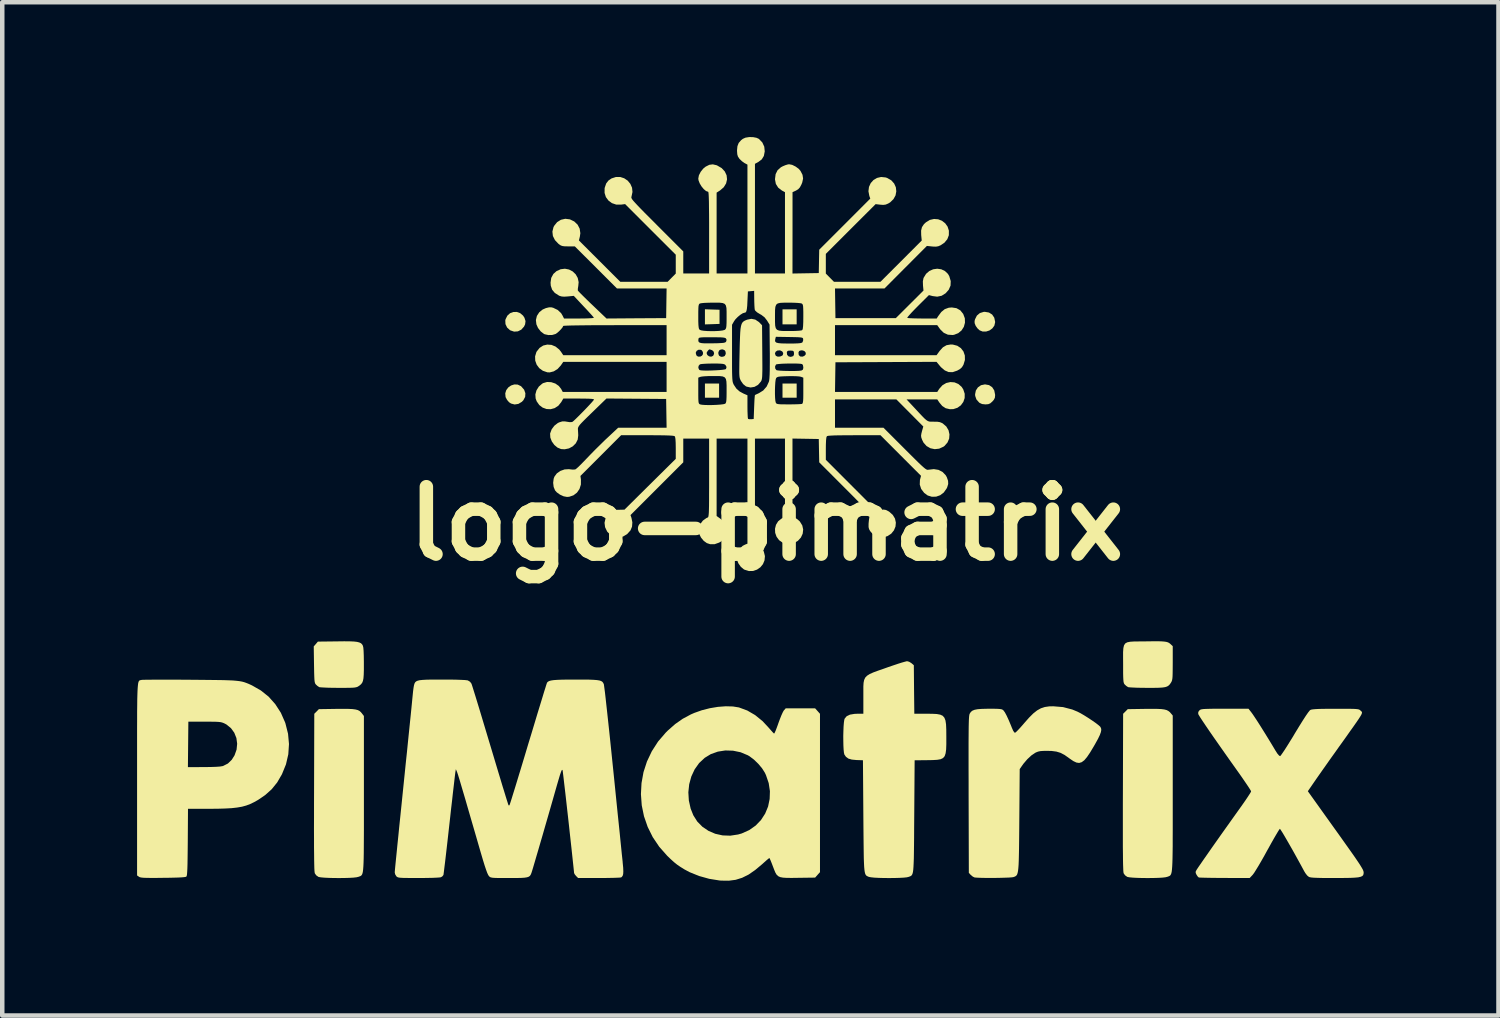
<source format=kicad_pcb>
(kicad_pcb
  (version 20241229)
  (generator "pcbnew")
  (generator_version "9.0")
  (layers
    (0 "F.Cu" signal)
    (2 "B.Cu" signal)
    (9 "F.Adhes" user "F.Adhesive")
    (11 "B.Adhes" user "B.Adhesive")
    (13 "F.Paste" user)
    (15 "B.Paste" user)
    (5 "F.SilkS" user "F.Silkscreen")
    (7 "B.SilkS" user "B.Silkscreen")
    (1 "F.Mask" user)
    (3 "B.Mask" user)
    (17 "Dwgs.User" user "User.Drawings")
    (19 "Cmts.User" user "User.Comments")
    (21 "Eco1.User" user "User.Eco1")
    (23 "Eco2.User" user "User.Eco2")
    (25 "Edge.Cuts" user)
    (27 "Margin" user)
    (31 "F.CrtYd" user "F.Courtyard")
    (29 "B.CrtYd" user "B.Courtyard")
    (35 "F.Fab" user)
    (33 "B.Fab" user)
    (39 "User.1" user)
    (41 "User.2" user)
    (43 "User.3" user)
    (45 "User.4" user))
  (footprint "logo-pimatrix"
    (layer "F.Cu")
    (at 14.008 8.601)
    (property "Reference" "logo-pimatrix" (at 0 0 0) (layer "F.SilkS") (effects (font (size 1.5 1.5) (thickness 0.3))))
    (attr board_only exclude_from_pos_files exclude_from_bom)
    (fp_poly (pts (xy -1.211 -4.764) (xy -1.048 -4.759) (xy -1.048 -4.601) (xy -1.048 -4.444) (xy -1.211 -4.438) (xy -1.373 -4.433) (xy -1.373 -4.601) (xy -1.373 -4.77)) (stroke (width 0) (type solid)) (fill yes) (layer "F.SilkS"))
    (fp_poly (pts (xy -1.058 -2.959) (xy -1.058 -2.802) (xy -1.215 -2.802) (xy -1.373 -2.802) (xy -1.373 -2.959) (xy -1.373 -3.117) (xy -1.215 -3.117) (xy -1.058 -3.117)) (stroke (width 0) (type solid)) (fill yes) (layer "F.SilkS"))
    (fp_poly (pts (xy 0.668 -4.601) (xy 0.668 -4.434) (xy 0.51 -4.434) (xy 0.353 -4.434) (xy 0.353 -4.601) (xy 0.353 -4.768) (xy 0.51 -4.768) (xy 0.668 -4.768)) (stroke (width 0) (type solid)) (fill yes) (layer "F.SilkS"))
    (fp_poly (pts (xy 0.668 -2.959) (xy 0.668 -2.802) (xy 0.51 -2.802) (xy 0.353 -2.802) (xy 0.353 -2.959) (xy 0.353 -3.117) (xy 0.51 -3.117) (xy 0.668 -3.117)) (stroke (width 0) (type solid)) (fill yes) (layer "F.SilkS"))
    (fp_poly (pts (xy -5.485 -4.684) (xy -5.42 -4.629) (xy -5.389 -4.582) (xy -5.365 -4.507) (xy -5.374 -4.435) (xy -5.398 -4.384) (xy -5.459 -4.316) (xy -5.535 -4.278) (xy -5.619 -4.272) (xy -5.704 -4.301) (xy -5.711 -4.305) (xy -5.775 -4.363) (xy -5.811 -4.439) (xy -5.815 -4.521) (xy -5.809 -4.548) (xy -5.769 -4.628) (xy -5.709 -4.682) (xy -5.636 -4.709) (xy -5.559 -4.71)) (stroke (width 0) (type solid)) (fill yes) (layer "F.SilkS"))
    (fp_poly (pts (xy -5.54 -3.094) (xy -5.468 -3.06) (xy -5.459 -3.052) (xy -5.396 -2.98) (xy -5.368 -2.901) (xy -5.373 -2.821) (xy -5.413 -2.745) (xy -5.447 -2.71) (xy -5.524 -2.664) (xy -5.607 -2.651) (xy -5.687 -2.672) (xy -5.731 -2.701) (xy -5.775 -2.752) (xy -5.807 -2.812) (xy -5.809 -2.818) (xy -5.816 -2.898) (xy -5.794 -2.97) (xy -5.748 -3.031) (xy -5.686 -3.074) (xy -5.614 -3.097)) (stroke (width 0) (type solid)) (fill yes) (layer "F.SilkS"))
    (fp_poly (pts (xy 4.947 -4.697) (xy 5.018 -4.652) (xy 5.065 -4.582) (xy 5.084 -4.49) (xy 5.084 -4.481) (xy 5.067 -4.406) (xy 5.022 -4.344) (xy 4.958 -4.298) (xy 4.883 -4.274) (xy 4.804 -4.275) (xy 4.739 -4.301) (xy 4.693 -4.343) (xy 4.654 -4.397) (xy 4.649 -4.407) (xy 4.628 -4.461) (xy 4.627 -4.508) (xy 4.637 -4.547) (xy 4.678 -4.629) (xy 4.744 -4.685) (xy 4.828 -4.711) (xy 4.854 -4.713)) (stroke (width 0) (type solid)) (fill yes) (layer "F.SilkS"))
    (fp_poly (pts (xy 4.949 -3.082) (xy 5.018 -3.036) (xy 5.064 -2.965) (xy 5.083 -2.872) (xy 5.084 -2.856) (xy 5.078 -2.8) (xy 5.055 -2.755) (xy 5.021 -2.716) (xy 4.975 -2.676) (xy 4.931 -2.658) (xy 4.871 -2.653) (xy 4.868 -2.653) (xy 4.794 -2.661) (xy 4.74 -2.686) (xy 4.728 -2.695) (xy 4.668 -2.763) (xy 4.641 -2.84) (xy 4.638 -2.876) (xy 4.655 -2.962) (xy 4.701 -3.032) (xy 4.77 -3.08) (xy 4.856 -3.098) (xy 4.861 -3.098)) (stroke (width 0) (type solid)) (fill yes) (layer "F.SilkS"))
    (fp_poly (pts (xy -0.253 -4.54) (xy -0.172 -4.486) (xy -0.157 -4.471) (xy -0.102 -4.413) (xy -0.097 -3.816) (xy -0.096 -3.651) (xy -0.095 -3.519) (xy -0.095 -3.415) (xy -0.097 -3.336) (xy -0.099 -3.278) (xy -0.103 -3.236) (xy -0.109 -3.205) (xy -0.116 -3.183) (xy -0.126 -3.165) (xy -0.129 -3.16) (xy -0.192 -3.087) (xy -0.271 -3.043) (xy -0.358 -3.029) (xy -0.445 -3.048) (xy -0.464 -3.057) (xy -0.523 -3.105) (xy -0.571 -3.174) (xy -0.583 -3.198) (xy -0.593 -3.221) (xy -0.6 -3.247) (xy -0.605 -3.282) (xy -0.608 -3.328) (xy -0.609 -3.392) (xy -0.608 -3.477) (xy -0.607 -3.587) (xy -0.604 -3.728) (xy -0.602 -3.822) (xy -0.598 -3.996) (xy -0.593 -4.136) (xy -0.588 -4.247) (xy -0.581 -4.333) (xy -0.57 -4.397) (xy -0.556 -4.444) (xy -0.537 -4.477) (xy -0.512 -4.501) (xy -0.481 -4.519) (xy -0.442 -4.535) (xy -0.435 -4.538) (xy -0.34 -4.557)) (stroke (width 0) (type solid)) (fill yes) (layer "F.SilkS"))
    (fp_poly (pts (xy -9.279 2.619) (xy -9.184 2.623) (xy -9.114 2.631) (xy -9.063 2.644) (xy -9.027 2.661) (xy -9.002 2.685) (xy -8.984 2.716) (xy -8.983 2.72) (xy -8.974 2.758) (xy -8.968 2.831) (xy -8.964 2.936) (xy -8.962 3.071) (xy -8.962 3.123) (xy -8.962 3.258) (xy -8.965 3.363) (xy -8.971 3.441) (xy -8.982 3.498) (xy -8.999 3.54) (xy -9.024 3.573) (xy -9.057 3.601) (xy -9.085 3.62) (xy -9.106 3.632) (xy -9.131 3.64) (xy -9.167 3.647) (xy -9.218 3.651) (xy -9.29 3.653) (xy -9.389 3.654) (xy -9.518 3.654) (xy -9.527 3.654) (xy -9.646 3.653) (xy -9.754 3.651) (xy -9.844 3.647) (xy -9.912 3.643) (xy -9.95 3.639) (xy -9.954 3.638) (xy -9.994 3.612) (xy -10.028 3.581) (xy -10.041 3.565) (xy -10.05 3.545) (xy -10.057 3.514) (xy -10.062 3.469) (xy -10.065 3.405) (xy -10.068 3.315) (xy -10.07 3.195) (xy -10.071 3.136) (xy -10.077 2.732) (xy -10.031 2.679) (xy -9.985 2.625) (xy -9.557 2.62) (xy -9.401 2.618)) (stroke (width 0) (type solid)) (fill yes) (layer "F.SilkS"))
    (fp_poly (pts (xy 8.777 2.619) (xy 8.844 2.624) (xy 8.893 2.631) (xy 8.93 2.642) (xy 8.958 2.657) (xy 8.983 2.677) (xy 8.987 2.681) (xy 9.036 2.726) (xy 9.036 3.1) (xy 9.035 3.228) (xy 9.034 3.325) (xy 9.032 3.396) (xy 9.028 3.446) (xy 9.021 3.483) (xy 9.012 3.51) (xy 8.999 3.534) (xy 8.997 3.537) (xy 8.972 3.574) (xy 8.945 3.602) (xy 8.912 3.623) (xy 8.867 3.638) (xy 8.805 3.647) (xy 8.722 3.652) (xy 8.611 3.654) (xy 8.468 3.654) (xy 8.466 3.654) (xy 8.348 3.653) (xy 8.241 3.651) (xy 8.151 3.647) (xy 8.084 3.643) (xy 8.047 3.639) (xy 8.043 3.638) (xy 8.003 3.612) (xy 7.969 3.581) (xy 7.957 3.566) (xy 7.948 3.546) (xy 7.941 3.518) (xy 7.937 3.475) (xy 7.934 3.414) (xy 7.932 3.328) (xy 7.932 3.214) (xy 7.932 3.125) (xy 7.931 2.976) (xy 7.931 2.86) (xy 7.937 2.772) (xy 7.951 2.71) (xy 7.978 2.667) (xy 8.023 2.641) (xy 8.088 2.628) (xy 8.178 2.622) (xy 8.297 2.621) (xy 8.419 2.62) (xy 8.569 2.618) (xy 8.687 2.617)) (stroke (width 0) (type solid)) (fill yes) (layer "F.SilkS"))
    (fp_poly (pts (xy -9.309 4.122) (xy -9.218 4.126) (xy -9.149 4.135) (xy -9.098 4.148) (xy -9.059 4.168) (xy -9.029 4.194) (xy -9.008 4.219) (xy -8.961 4.28) (xy -8.961 6.014) (xy -8.961 6.312) (xy -8.961 6.575) (xy -8.961 6.806) (xy -8.962 7.006) (xy -8.963 7.179) (xy -8.964 7.325) (xy -8.966 7.447) (xy -8.969 7.548) (xy -8.973 7.629) (xy -8.978 7.693) (xy -8.984 7.743) (xy -8.992 7.779) (xy -9.002 7.806) (xy -9.013 7.823) (xy -9.026 7.835) (xy -9.042 7.844) (xy -9.059 7.85) (xy -9.079 7.857) (xy -9.084 7.859) (xy -9.127 7.869) (xy -9.199 7.877) (xy -9.293 7.882) (xy -9.403 7.885) (xy -9.52 7.886) (xy -9.638 7.885) (xy -9.749 7.882) (xy -9.847 7.877) (xy -9.922 7.87) (xy -9.97 7.861) (xy -9.974 7.859) (xy -10.022 7.825) (xy -10.053 7.781) (xy -10.057 7.762) (xy -10.061 7.724) (xy -10.064 7.666) (xy -10.066 7.585) (xy -10.068 7.48) (xy -10.069 7.35) (xy -10.071 7.193) (xy -10.071 7.007) (xy -10.072 6.79) (xy -10.071 6.54) (xy -10.071 6.257) (xy -10.07 5.979) (xy -10.065 4.231) (xy -10.014 4.18) (xy -9.963 4.128) (xy -9.578 4.122) (xy -9.427 4.121)) (stroke (width 0) (type solid)) (fill yes) (layer "F.SilkS"))
    (fp_poly (pts (xy 8.688 4.122) (xy 8.779 4.126) (xy 8.848 4.135) (xy 8.899 4.148) (xy 8.938 4.168) (xy 8.97 4.193) (xy 8.988 4.213) (xy 9.036 4.27) (xy 9.036 6.009) (xy 9.036 6.307) (xy 9.036 6.571) (xy 9.036 6.802) (xy 9.035 7.003) (xy 9.035 7.176) (xy 9.033 7.322) (xy 9.031 7.445) (xy 9.028 7.546) (xy 9.024 7.628) (xy 9.019 7.692) (xy 9.013 7.742) (xy 9.005 7.779) (xy 8.995 7.805) (xy 8.984 7.823) (xy 8.971 7.835) (xy 8.956 7.843) (xy 8.939 7.85) (xy 8.919 7.857) (xy 8.913 7.859) (xy 8.871 7.869) (xy 8.798 7.877) (xy 8.704 7.882) (xy 8.594 7.885) (xy 8.477 7.886) (xy 8.359 7.885) (xy 8.248 7.882) (xy 8.15 7.877) (xy 8.075 7.87) (xy 8.028 7.861) (xy 8.023 7.859) (xy 7.975 7.825) (xy 7.944 7.781) (xy 7.94 7.762) (xy 7.936 7.724) (xy 7.934 7.666) (xy 7.931 7.585) (xy 7.929 7.48) (xy 7.928 7.35) (xy 7.926 7.193) (xy 7.926 7.007) (xy 7.926 6.79) (xy 7.926 6.54) (xy 7.926 6.257) (xy 7.927 5.979) (xy 7.932 4.231) (xy 7.983 4.18) (xy 8.035 4.128) (xy 8.419 4.122) (xy 8.57 4.121)) (stroke (width 0) (type solid)) (fill yes) (layer "F.SilkS"))
    (fp_poly (pts (xy 3.17 3.073) (xy 3.218 3.102) (xy 3.223 3.106) (xy 3.275 3.151) (xy 3.28 3.691) (xy 3.286 4.23) (xy 3.556 4.23) (xy 3.684 4.231) (xy 3.785 4.236) (xy 3.862 4.25) (xy 3.917 4.275) (xy 3.955 4.318) (xy 3.979 4.38) (xy 3.992 4.467) (xy 3.997 4.582) (xy 3.998 4.73) (xy 3.998 4.76) (xy 3.998 4.909) (xy 3.994 5.024) (xy 3.982 5.111) (xy 3.961 5.174) (xy 3.925 5.216) (xy 3.871 5.242) (xy 3.796 5.255) (xy 3.697 5.261) (xy 3.572 5.263) (xy 3.293 5.266) (xy 3.284 6.517) (xy 3.282 6.768) (xy 3.281 6.984) (xy 3.279 7.168) (xy 3.277 7.323) (xy 3.275 7.452) (xy 3.271 7.556) (xy 3.267 7.64) (xy 3.262 7.704) (xy 3.255 7.753) (xy 3.246 7.788) (xy 3.235 7.813) (xy 3.222 7.83) (xy 3.207 7.841) (xy 3.189 7.849) (xy 3.167 7.857) (xy 3.159 7.86) (xy 3.117 7.87) (xy 3.045 7.877) (xy 2.95 7.882) (xy 2.841 7.885) (xy 2.723 7.886) (xy 2.606 7.885) (xy 2.494 7.882) (xy 2.397 7.877) (xy 2.321 7.869) (xy 2.274 7.86) (xy 2.27 7.858) (xy 2.249 7.849) (xy 2.231 7.84) (xy 2.216 7.829) (xy 2.203 7.812) (xy 2.192 7.787) (xy 2.183 7.751) (xy 2.176 7.702) (xy 2.17 7.637) (xy 2.166 7.553) (xy 2.162 7.449) (xy 2.16 7.32) (xy 2.158 7.165) (xy 2.156 6.981) (xy 2.154 6.765) (xy 2.152 6.515) (xy 2.152 6.506) (xy 2.143 5.265) (xy 1.997 5.26) (xy 1.894 5.25) (xy 1.819 5.228) (xy 1.766 5.19) (xy 1.73 5.138) (xy 1.72 5.098) (xy 1.713 5.03) (xy 1.708 4.939) (xy 1.706 4.835) (xy 1.705 4.723) (xy 1.708 4.613) (xy 1.712 4.511) (xy 1.719 4.426) (xy 1.728 4.364) (xy 1.736 4.339) (xy 1.781 4.285) (xy 1.854 4.25) (xy 1.955 4.233) (xy 2.022 4.23) (xy 2.152 4.23) (xy 2.152 3.852) (xy 2.152 3.724) (xy 2.152 3.622) (xy 2.157 3.54) (xy 2.17 3.477) (xy 2.194 3.426) (xy 2.233 3.385) (xy 2.291 3.348) (xy 2.37 3.312) (xy 2.475 3.273) (xy 2.608 3.227) (xy 2.703 3.193) (xy 2.817 3.154) (xy 2.921 3.119) (xy 3.01 3.091) (xy 3.078 3.072) (xy 3.118 3.062) (xy 3.124 3.061)) (stroke (width 0) (type solid)) (fill yes) (layer "F.SilkS"))
    (fp_poly (pts (xy 6.595 4.082) (xy 6.801 4.136) (xy 6.917 4.184) (xy 6.985 4.219) (xy 7.067 4.267) (xy 7.156 4.323) (xy 7.242 4.38) (xy 7.321 4.435) (xy 7.382 4.482) (xy 7.42 4.516) (xy 7.422 4.518) (xy 7.44 4.55) (xy 7.446 4.589) (xy 7.437 4.639) (xy 7.413 4.705) (xy 7.371 4.792) (xy 7.31 4.902) (xy 7.279 4.956) (xy 7.198 5.091) (xy 7.129 5.193) (xy 7.068 5.265) (xy 7.01 5.308) (xy 6.953 5.325) (xy 6.893 5.316) (xy 6.825 5.284) (xy 6.747 5.231) (xy 6.729 5.218) (xy 6.629 5.147) (xy 6.539 5.1) (xy 6.447 5.072) (xy 6.34 5.058) (xy 6.243 5.056) (xy 6.152 5.057) (xy 6.087 5.062) (xy 6.038 5.073) (xy 5.995 5.09) (xy 5.977 5.099) (xy 5.89 5.158) (xy 5.799 5.243) (xy 5.713 5.344) (xy 5.687 5.381) (xy 5.631 5.461) (xy 5.622 6.594) (xy 5.62 6.838) (xy 5.618 7.046) (xy 5.616 7.224) (xy 5.613 7.372) (xy 5.61 7.494) (xy 5.606 7.593) (xy 5.6 7.67) (xy 5.593 7.73) (xy 5.584 7.774) (xy 5.573 7.806) (xy 5.559 7.828) (xy 5.543 7.842) (xy 5.523 7.853) (xy 5.501 7.861) (xy 5.49 7.865) (xy 5.456 7.87) (xy 5.392 7.875) (xy 5.305 7.878) (xy 5.202 7.881) (xy 5.09 7.883) (xy 4.976 7.883) (xy 4.867 7.883) (xy 4.769 7.881) (xy 4.69 7.878) (xy 4.637 7.874) (xy 4.627 7.873) (xy 4.587 7.854) (xy 4.545 7.819) (xy 4.543 7.818) (xy 4.499 7.771) (xy 4.494 6.028) (xy 4.494 5.732) (xy 4.493 5.471) (xy 4.493 5.242) (xy 4.493 5.044) (xy 4.493 4.874) (xy 4.494 4.729) (xy 4.495 4.609) (xy 4.496 4.51) (xy 4.498 4.43) (xy 4.5 4.367) (xy 4.503 4.318) (xy 4.506 4.282) (xy 4.51 4.257) (xy 4.514 4.239) (xy 4.519 4.228) (xy 4.544 4.19) (xy 4.578 4.162) (xy 4.627 4.142) (xy 4.695 4.129) (xy 4.789 4.122) (xy 4.912 4.119) (xy 4.953 4.119) (xy 5.062 4.119) (xy 5.14 4.121) (xy 5.193 4.125) (xy 5.228 4.131) (xy 5.251 4.141) (xy 5.269 4.155) (xy 5.269 4.156) (xy 5.301 4.199) (xy 5.341 4.274) (xy 5.388 4.376) (xy 5.44 4.5) (xy 5.456 4.541) (xy 5.488 4.613) (xy 5.515 4.649) (xy 5.528 4.653) (xy 5.549 4.637) (xy 5.589 4.598) (xy 5.642 4.541) (xy 5.704 4.471) (xy 5.732 4.438) (xy 5.839 4.317) (xy 5.932 4.224) (xy 6.018 4.156) (xy 6.102 4.109) (xy 6.19 4.08) (xy 6.288 4.066) (xy 6.378 4.064)) (stroke (width 0) (type solid)) (fill yes) (layer "F.SilkS"))
    (fp_poly (pts (xy -0.751 4.068) (xy -0.615 4.09) (xy -0.613 4.091) (xy -0.431 4.158) (xy -0.256 4.26) (xy -0.09 4.395) (xy 0.042 4.537) (xy 0.092 4.594) (xy 0.133 4.64) (xy 0.16 4.667) (xy 0.166 4.672) (xy 0.177 4.657) (xy 0.197 4.614) (xy 0.223 4.547) (xy 0.253 4.465) (xy 0.261 4.441) (xy 0.295 4.349) (xy 0.328 4.266) (xy 0.358 4.2) (xy 0.38 4.16) (xy 0.383 4.157) (xy 0.424 4.11) (xy 0.751 4.11) (xy 1.079 4.11) (xy 1.133 4.17) (xy 1.187 4.231) (xy 1.187 5.993) (xy 1.187 7.755) (xy 1.133 7.815) (xy 1.079 7.876) (xy 0.702 7.881) (xy 0.559 7.883) (xy 0.448 7.882) (xy 0.365 7.877) (xy 0.302 7.865) (xy 0.257 7.844) (xy 0.222 7.811) (xy 0.194 7.764) (xy 0.168 7.701) (xy 0.14 7.628) (xy 0.111 7.552) (xy 0.086 7.49) (xy 0.068 7.451) (xy 0.061 7.44) (xy 0.044 7.452) (xy 0.006 7.483) (xy -0.047 7.53) (xy -0.099 7.577) (xy -0.256 7.708) (xy -0.402 7.809) (xy -0.545 7.88) (xy -0.689 7.925) (xy -0.841 7.945) (xy -1.007 7.943) (xy -1.048 7.94) (xy -1.278 7.903) (xy -1.504 7.84) (xy -1.716 7.754) (xy -1.83 7.693) (xy -1.917 7.639) (xy -1.99 7.589) (xy -2.06 7.533) (xy -2.135 7.465) (xy -2.213 7.39) (xy -2.389 7.191) (xy -2.534 6.976) (xy -2.647 6.748) (xy -2.729 6.511) (xy -2.779 6.268) (xy -2.797 6.021) (xy -2.795 5.978) (xy -1.742 5.978) (xy -1.731 6.16) (xy -1.691 6.34) (xy -1.631 6.49) (xy -1.543 6.629) (xy -1.429 6.745) (xy -1.294 6.836) (xy -1.143 6.901) (xy -0.98 6.937) (xy -0.809 6.943) (xy -0.636 6.917) (xy -0.555 6.894) (xy -0.388 6.819) (xy -0.244 6.718) (xy -0.125 6.594) (xy -0.033 6.452) (xy 0.032 6.295) (xy 0.067 6.127) (xy 0.073 5.952) (xy 0.046 5.774) (xy -0.015 5.595) (xy -0.041 5.54) (xy -0.102 5.444) (xy -0.186 5.344) (xy -0.282 5.251) (xy -0.38 5.177) (xy -0.419 5.154) (xy -0.579 5.087) (xy -0.748 5.052) (xy -0.92 5.047) (xy -1.086 5.073) (xy -1.243 5.129) (xy -1.376 5.21) (xy -1.502 5.327) (xy -1.602 5.468) (xy -1.676 5.627) (xy -1.723 5.799) (xy -1.742 5.978) (xy -2.795 5.978) (xy -2.784 5.774) (xy -2.74 5.53) (xy -2.663 5.293) (xy -2.555 5.065) (xy -2.416 4.849) (xy -2.245 4.65) (xy -2.2 4.605) (xy -2.034 4.459) (xy -1.867 4.342) (xy -1.686 4.245) (xy -1.608 4.211) (xy -1.441 4.152) (xy -1.264 4.107) (xy -1.084 4.077) (xy -0.91 4.064)) (stroke (width 0) (type solid)) (fill yes) (layer "F.SilkS"))
    (fp_poly (pts (xy -13.316 3.472) (xy -13.141 3.472) (xy -12.953 3.473) (xy -12.827 3.474) (xy -12.595 3.476) (xy -12.397 3.478) (xy -12.23 3.48) (xy -12.089 3.482) (xy -11.972 3.486) (xy -11.875 3.49) (xy -11.796 3.497) (xy -11.729 3.505) (xy -11.673 3.515) (xy -11.624 3.528) (xy -11.579 3.544) (xy -11.533 3.562) (xy -11.484 3.584) (xy -11.45 3.6) (xy -11.254 3.712) (xy -11.08 3.851) (xy -10.932 4.018) (xy -10.809 4.208) (xy -10.716 4.419) (xy -10.707 4.445) (xy -10.649 4.675) (xy -10.628 4.904) (xy -10.643 5.132) (xy -10.695 5.356) (xy -10.784 5.575) (xy -10.789 5.584) (xy -10.891 5.759) (xy -11.012 5.909) (xy -11.157 6.039) (xy -11.312 6.145) (xy -11.402 6.196) (xy -11.489 6.238) (xy -11.578 6.272) (xy -11.673 6.298) (xy -11.781 6.317) (xy -11.906 6.331) (xy -12.053 6.339) (xy -12.227 6.344) (xy -12.433 6.345) (xy -12.435 6.345) (xy -12.875 6.345) (xy -12.88 7.087) (xy -12.882 7.282) (xy -12.884 7.443) (xy -12.886 7.572) (xy -12.889 7.673) (xy -12.893 7.749) (xy -12.897 7.802) (xy -12.903 7.835) (xy -12.909 7.851) (xy -12.91 7.852) (xy -12.927 7.86) (xy -12.963 7.866) (xy -13.022 7.871) (xy -13.107 7.875) (xy -13.221 7.878) (xy -13.367 7.881) (xy -13.429 7.881) (xy -13.581 7.883) (xy -13.7 7.883) (xy -13.79 7.882) (xy -13.857 7.88) (xy -13.904 7.876) (xy -13.936 7.87) (xy -13.957 7.863) (xy -13.966 7.857) (xy -14.008 7.828) (xy -14.008 5.687) (xy -14.008 5.418) (xy -12.877 5.418) (xy -12.519 5.417) (xy -12.368 5.415) (xy -12.251 5.411) (xy -12.166 5.405) (xy -12.109 5.396) (xy -12.092 5.391) (xy -11.986 5.337) (xy -11.901 5.254) (xy -11.839 5.155) (xy -11.794 5.028) (xy -11.781 4.897) (xy -11.798 4.771) (xy -11.845 4.653) (xy -11.918 4.552) (xy -12.017 4.471) (xy -12.055 4.45) (xy -12.088 4.435) (xy -12.12 4.424) (xy -12.157 4.416) (xy -12.206 4.411) (xy -12.272 4.408) (xy -12.363 4.407) (xy -12.483 4.407) (xy -12.505 4.407) (xy -12.867 4.407) (xy -12.872 4.912) (xy -12.877 5.418) (xy -14.008 5.418) (xy -14.008 5.356) (xy -14.008 5.06) (xy -14.008 4.797) (xy -14.008 4.566) (xy -14.007 4.363) (xy -14.007 4.188) (xy -14.005 4.038) (xy -14.004 3.911) (xy -14.001 3.805) (xy -13.998 3.719) (xy -13.994 3.65) (xy -13.989 3.596) (xy -13.984 3.555) (xy -13.977 3.526) (xy -13.969 3.506) (xy -13.959 3.494) (xy -13.949 3.487) (xy -13.937 3.483) (xy -13.923 3.481) (xy -13.908 3.478) (xy -13.907 3.477) (xy -13.881 3.475) (xy -13.821 3.474) (xy -13.731 3.473) (xy -13.614 3.472) (xy -13.475 3.472)) (stroke (width 0) (type solid)) (fill yes) (layer "F.SilkS"))
    (fp_poly (pts (xy 10.784 4.198) (xy 10.814 4.239) (xy 10.859 4.306) (xy 10.917 4.394) (xy 10.984 4.499) (xy 11.056 4.614) (xy 11.131 4.735) (xy 11.205 4.856) (xy 11.275 4.972) (xy 11.317 5.043) (xy 11.365 5.118) (xy 11.402 5.161) (xy 11.426 5.173) (xy 11.442 5.156) (xy 11.474 5.111) (xy 11.521 5.042) (xy 11.578 4.953) (xy 11.644 4.847) (xy 11.717 4.729) (xy 11.752 4.669) (xy 11.847 4.513) (xy 11.928 4.383) (xy 11.995 4.279) (xy 12.047 4.204) (xy 12.083 4.159) (xy 12.097 4.146) (xy 12.12 4.138) (xy 12.157 4.132) (xy 12.214 4.127) (xy 12.294 4.123) (xy 12.4 4.121) (xy 12.537 4.12) (xy 12.658 4.12) (xy 12.81 4.12) (xy 12.929 4.12) (xy 13.02 4.121) (xy 13.087 4.123) (xy 13.134 4.127) (xy 13.166 4.132) (xy 13.187 4.139) (xy 13.202 4.148) (xy 13.21 4.156) (xy 13.224 4.169) (xy 13.236 4.179) (xy 13.244 4.19) (xy 13.247 4.204) (xy 13.243 4.224) (xy 13.231 4.253) (xy 13.208 4.292) (xy 13.174 4.345) (xy 13.127 4.414) (xy 13.065 4.503) (xy 12.987 4.612) (xy 12.892 4.747) (xy 12.777 4.908) (xy 12.737 4.963) (xy 12.638 5.103) (xy 12.539 5.241) (xy 12.445 5.375) (xy 12.358 5.498) (xy 12.283 5.605) (xy 12.223 5.691) (xy 12.185 5.746) (xy 12.042 5.954) (xy 12.624 6.768) (xy 12.761 6.959) (xy 12.878 7.124) (xy 12.976 7.262) (xy 13.058 7.378) (xy 13.124 7.474) (xy 13.176 7.551) (xy 13.215 7.612) (xy 13.244 7.66) (xy 13.264 7.696) (xy 13.276 7.724) (xy 13.282 7.746) (xy 13.284 7.764) (xy 13.284 7.764) (xy 13.281 7.797) (xy 13.272 7.823) (xy 13.251 7.843) (xy 13.216 7.858) (xy 13.164 7.87) (xy 13.089 7.877) (xy 12.99 7.882) (xy 12.862 7.884) (xy 12.702 7.885) (xy 12.633 7.885) (xy 12.471 7.885) (xy 12.342 7.884) (xy 12.243 7.881) (xy 12.169 7.878) (xy 12.116 7.873) (xy 12.081 7.866) (xy 12.064 7.859) (xy 12.027 7.829) (xy 11.987 7.777) (xy 11.961 7.734) (xy 11.899 7.619) (xy 11.832 7.497) (xy 11.763 7.372) (xy 11.695 7.25) (xy 11.628 7.133) (xy 11.567 7.027) (xy 11.514 6.936) (xy 11.47 6.863) (xy 11.438 6.814) (xy 11.422 6.791) (xy 11.42 6.791) (xy 11.407 6.806) (xy 11.378 6.851) (xy 11.337 6.92) (xy 11.285 7.009) (xy 11.225 7.115) (xy 11.16 7.233) (xy 11.141 7.266) (xy 11.072 7.392) (xy 11.005 7.51) (xy 10.943 7.616) (xy 10.889 7.704) (xy 10.847 7.771) (xy 10.818 7.81) (xy 10.815 7.814) (xy 10.748 7.885) (xy 10.193 7.884) (xy 10.053 7.883) (xy 9.924 7.882) (xy 9.811 7.88) (xy 9.72 7.878) (xy 9.654 7.876) (xy 9.619 7.874) (xy 9.615 7.873) (xy 9.591 7.851) (xy 9.564 7.811) (xy 9.563 7.808) (xy 9.547 7.772) (xy 9.546 7.744) (xy 9.563 7.709) (xy 9.585 7.675) (xy 9.618 7.626) (xy 9.67 7.551) (xy 9.737 7.454) (xy 9.817 7.34) (xy 9.906 7.212) (xy 10.002 7.076) (xy 10.102 6.934) (xy 10.203 6.792) (xy 10.302 6.653) (xy 10.395 6.522) (xy 10.48 6.403) (xy 10.507 6.365) (xy 10.582 6.26) (xy 10.649 6.164) (xy 10.705 6.081) (xy 10.747 6.016) (xy 10.773 5.973) (xy 10.779 5.957) (xy 10.769 5.935) (xy 10.739 5.887) (xy 10.693 5.817) (xy 10.633 5.729) (xy 10.563 5.627) (xy 10.484 5.515) (xy 10.461 5.483) (xy 10.321 5.286) (xy 10.189 5.099) (xy 10.066 4.924) (xy 9.954 4.764) (xy 9.855 4.621) (xy 9.77 4.496) (xy 9.701 4.393) (xy 9.649 4.314) (xy 9.616 4.26) (xy 9.603 4.236) (xy 9.604 4.191) (xy 9.628 4.157) (xy 9.641 4.146) (xy 9.657 4.137) (xy 9.68 4.131) (xy 9.715 4.126) (xy 9.766 4.123) (xy 9.838 4.121) (xy 9.934 4.119) (xy 10.06 4.119) (xy 10.194 4.119) (xy 10.722 4.119)) (stroke (width 0) (type solid)) (fill yes) (layer "F.SilkS"))
    (fp_poly (pts (xy -4.085 3.47) (xy -3.954 3.471) (xy -3.853 3.475) (xy -3.776 3.481) (xy -3.72 3.49) (xy -3.681 3.503) (xy -3.654 3.521) (xy -3.637 3.543) (xy -3.623 3.572) (xy -3.622 3.575) (xy -3.618 3.601) (xy -3.61 3.661) (xy -3.598 3.752) (xy -3.584 3.873) (xy -3.568 4.02) (xy -3.549 4.192) (xy -3.528 4.385) (xy -3.505 4.597) (xy -3.481 4.825) (xy -3.456 5.067) (xy -3.43 5.32) (xy -3.415 5.464) (xy -3.388 5.727) (xy -3.362 5.984) (xy -3.337 6.231) (xy -3.313 6.467) (xy -3.29 6.687) (xy -3.269 6.889) (xy -3.251 7.07) (xy -3.235 7.226) (xy -3.222 7.357) (xy -3.211 7.457) (xy -3.204 7.524) (xy -3.203 7.542) (xy -3.192 7.655) (xy -3.189 7.738) (xy -3.192 7.796) (xy -3.203 7.835) (xy -3.223 7.861) (xy -3.236 7.871) (xy -3.259 7.875) (xy -3.315 7.878) (xy -3.397 7.881) (xy -3.5 7.883) (xy -3.62 7.885) (xy -3.725 7.885) (xy -4.195 7.885) (xy -4.24 7.84) (xy -4.271 7.802) (xy -4.285 7.772) (xy -4.285 7.77) (xy -4.287 7.746) (xy -4.293 7.688) (xy -4.302 7.602) (xy -4.314 7.491) (xy -4.328 7.359) (xy -4.344 7.21) (xy -4.362 7.048) (xy -4.381 6.876) (xy -4.4 6.699) (xy -4.42 6.52) (xy -4.44 6.344) (xy -4.459 6.174) (xy -4.477 6.015) (xy -4.494 5.87) (xy -4.509 5.742) (xy -4.521 5.637) (xy -4.531 5.557) (xy -4.537 5.508) (xy -4.539 5.492) (xy -4.546 5.479) (xy -4.554 5.48) (xy -4.565 5.498) (xy -4.58 5.537) (xy -4.601 5.599) (xy -4.627 5.687) (xy -4.662 5.806) (xy -4.695 5.921) (xy -4.753 6.125) (xy -4.812 6.331) (xy -4.871 6.536) (xy -4.929 6.736) (xy -4.984 6.928) (xy -5.037 7.109) (xy -5.085 7.274) (xy -5.129 7.423) (xy -5.166 7.55) (xy -5.196 7.652) (xy -5.219 7.727) (xy -5.233 7.771) (xy -5.236 7.779) (xy -5.25 7.812) (xy -5.268 7.838) (xy -5.293 7.856) (xy -5.331 7.869) (xy -5.387 7.878) (xy -5.464 7.883) (xy -5.569 7.885) (xy -5.704 7.885) (xy -5.735 7.885) (xy -5.867 7.885) (xy -5.967 7.885) (xy -6.04 7.883) (xy -6.091 7.88) (xy -6.126 7.874) (xy -6.149 7.867) (xy -6.165 7.856) (xy -6.18 7.841) (xy -6.18 7.841) (xy -6.196 7.816) (xy -6.217 7.771) (xy -6.242 7.703) (xy -6.274 7.608) (xy -6.312 7.485) (xy -6.358 7.329) (xy -6.386 7.233) (xy -6.468 6.949) (xy -6.541 6.698) (xy -6.605 6.478) (xy -6.66 6.288) (xy -6.707 6.125) (xy -6.748 5.987) (xy -6.782 5.872) (xy -6.81 5.777) (xy -6.832 5.701) (xy -6.851 5.641) (xy -6.865 5.595) (xy -6.876 5.562) (xy -6.884 5.538) (xy -6.89 5.523) (xy -6.891 5.52) (xy -6.915 5.464) (xy -6.927 5.538) (xy -6.931 5.57) (xy -6.939 5.635) (xy -6.95 5.73) (xy -6.964 5.851) (xy -6.981 5.995) (xy -6.999 6.159) (xy -7.02 6.338) (xy -7.041 6.529) (xy -7.06 6.698) (xy -7.082 6.895) (xy -7.103 7.082) (xy -7.123 7.256) (xy -7.141 7.412) (xy -7.157 7.547) (xy -7.171 7.659) (xy -7.181 7.743) (xy -7.188 7.797) (xy -7.191 7.817) (xy -7.216 7.849) (xy -7.248 7.868) (xy -7.279 7.873) (xy -7.341 7.877) (xy -7.429 7.881) (xy -7.537 7.883) (xy -7.659 7.885) (xy -7.747 7.885) (xy -7.889 7.885) (xy -7.998 7.884) (xy -8.08 7.883) (xy -8.139 7.88) (xy -8.179 7.876) (xy -8.206 7.869) (xy -8.223 7.86) (xy -8.237 7.849) (xy -8.238 7.848) (xy -8.266 7.802) (xy -8.275 7.76) (xy -8.273 7.734) (xy -8.268 7.675) (xy -8.259 7.583) (xy -8.247 7.462) (xy -8.232 7.315) (xy -8.215 7.143) (xy -8.195 6.95) (xy -8.174 6.737) (xy -8.15 6.508) (xy -8.125 6.265) (xy -8.099 6.01) (xy -8.081 5.835) (xy -8.054 5.571) (xy -8.028 5.316) (xy -8.002 5.072) (xy -7.979 4.841) (xy -7.957 4.626) (xy -7.937 4.431) (xy -7.919 4.257) (xy -7.904 4.107) (xy -7.892 3.985) (xy -7.883 3.892) (xy -7.877 3.832) (xy -7.875 3.813) (xy -7.867 3.732) (xy -7.857 3.655) (xy -7.847 3.599) (xy -7.846 3.595) (xy -7.836 3.56) (xy -7.822 3.533) (xy -7.801 3.512) (xy -7.768 3.496) (xy -7.72 3.484) (xy -7.652 3.477) (xy -7.561 3.472) (xy -7.442 3.47) (xy -7.293 3.47) (xy -7.212 3.47) (xy -7.054 3.47) (xy -6.917 3.472) (xy -6.803 3.476) (xy -6.717 3.48) (xy -6.663 3.486) (xy -6.648 3.489) (xy -6.6 3.518) (xy -6.57 3.557) (xy -6.56 3.583) (xy -6.541 3.642) (xy -6.514 3.729) (xy -6.479 3.841) (xy -6.438 3.975) (xy -6.392 4.126) (xy -6.342 4.292) (xy -6.289 4.469) (xy -6.272 4.525) (xy -6.182 4.825) (xy -6.102 5.09) (xy -6.032 5.324) (xy -5.971 5.527) (xy -5.918 5.702) (xy -5.874 5.849) (xy -5.836 5.971) (xy -5.806 6.07) (xy -5.782 6.147) (xy -5.764 6.203) (xy -5.752 6.242) (xy -5.744 6.263) (xy -5.741 6.269) (xy -5.723 6.268) (xy -5.723 6.267) (xy -5.715 6.247) (xy -5.698 6.196) (xy -5.673 6.117) (xy -5.641 6.013) (xy -5.602 5.888) (xy -5.559 5.747) (xy -5.512 5.592) (xy -5.483 5.498) (xy -5.388 5.184) (xy -5.304 4.903) (xy -5.228 4.654) (xy -5.162 4.435) (xy -5.105 4.245) (xy -5.055 4.082) (xy -5.013 3.945) (xy -4.978 3.83) (xy -4.95 3.737) (xy -4.927 3.665) (xy -4.91 3.61) (xy -4.898 3.572) (xy -4.89 3.549) (xy -4.886 3.539) (xy -4.886 3.538) (xy -4.868 3.519) (xy -4.841 3.503) (xy -4.8 3.491) (xy -4.74 3.482) (xy -4.659 3.476) (xy -4.553 3.472) (xy -4.417 3.47) (xy -4.248 3.47)) (stroke (width 0) (type solid)) (fill yes) (layer "F.SilkS"))
    (fp_poly (pts (xy -0.304 -8.6) (xy -0.225 -8.585) (xy -0.173 -8.561) (xy -0.097 -8.483) (xy -0.053 -8.388) (xy -0.042 -8.28) (xy -0.043 -8.279) (xy -0.062 -8.181) (xy -0.108 -8.105) (xy -0.185 -8.047) (xy -0.192 -8.043) (xy -0.26 -8.006) (xy -0.26 -6.786) (xy -0.26 -5.566) (xy 0.074 -5.566) (xy 0.408 -5.566) (xy 0.408 -6.471) (xy 0.408 -7.375) (xy 0.339 -7.412) (xy 0.257 -7.476) (xy 0.205 -7.559) (xy 0.186 -7.659) (xy 0.186 -7.666) (xy 0.2 -7.776) (xy 0.243 -7.863) (xy 0.317 -7.929) (xy 0.358 -7.951) (xy 0.42 -7.977) (xy 0.475 -7.993) (xy 0.5 -7.996) (xy 0.568 -7.983) (xy 0.643 -7.946) (xy 0.712 -7.896) (xy 0.753 -7.849) (xy 0.798 -7.762) (xy 0.811 -7.679) (xy 0.792 -7.59) (xy 0.774 -7.546) (xy 0.74 -7.482) (xy 0.703 -7.441) (xy 0.654 -7.411) (xy 0.652 -7.41) (xy 0.576 -7.375) (xy 0.576 -6.47) (xy 0.575 -5.565) (xy 0.867 -5.57) (xy 1.16 -5.575) (xy 1.165 -5.835) (xy 1.17 -6.095) (xy 1.738 -6.663) (xy 2.306 -7.232) (xy 2.285 -7.292) (xy 2.265 -7.396) (xy 2.277 -7.492) (xy 2.316 -7.577) (xy 2.377 -7.645) (xy 2.456 -7.692) (xy 2.547 -7.713) (xy 2.646 -7.703) (xy 2.681 -7.692) (xy 2.772 -7.64) (xy 2.837 -7.568) (xy 2.875 -7.484) (xy 2.885 -7.394) (xy 2.868 -7.303) (xy 2.822 -7.22) (xy 2.749 -7.149) (xy 2.704 -7.122) (xy 2.649 -7.099) (xy 2.594 -7.092) (xy 2.527 -7.097) (xy 2.425 -7.109) (xy 1.871 -6.556) (xy 1.317 -6.002) (xy 1.317 -5.783) (xy 1.317 -5.564) (xy 1.408 -5.472) (xy 1.498 -5.381) (xy 2.015 -5.381) (xy 2.533 -5.381) (xy 2.992 -5.84) (xy 3.451 -6.299) (xy 3.439 -6.421) (xy 3.437 -6.52) (xy 3.456 -6.597) (xy 3.5 -6.663) (xy 3.544 -6.704) (xy 3.632 -6.758) (xy 3.725 -6.779) (xy 3.816 -6.772) (xy 3.901 -6.739) (xy 3.973 -6.683) (xy 4.026 -6.609) (xy 4.055 -6.519) (xy 4.054 -6.417) (xy 4.02 -6.328) (xy 3.955 -6.25) (xy 3.872 -6.194) (xy 3.82 -6.172) (xy 3.768 -6.163) (xy 3.701 -6.165) (xy 3.681 -6.167) (xy 3.566 -6.179) (xy 3.094 -5.706) (xy 2.622 -5.232) (xy 2.071 -5.232) (xy 1.521 -5.232) (xy 1.526 -4.903) (xy 1.531 -4.573) (xy 2.203 -4.573) (xy 2.875 -4.573) (xy 3.183 -4.88) (xy 3.49 -5.186) (xy 3.479 -5.297) (xy 3.476 -5.39) (xy 3.49 -5.462) (xy 3.495 -5.473) (xy 3.548 -5.559) (xy 3.62 -5.621) (xy 3.705 -5.659) (xy 3.796 -5.672) (xy 3.886 -5.659) (xy 3.967 -5.621) (xy 4.034 -5.557) (xy 4.064 -5.505) (xy 4.096 -5.397) (xy 4.092 -5.296) (xy 4.051 -5.203) (xy 3.983 -5.126) (xy 3.894 -5.07) (xy 3.795 -5.05) (xy 3.694 -5.063) (xy 3.611 -5.085) (xy 3.365 -4.84) (xy 3.288 -4.762) (xy 3.222 -4.693) (xy 3.171 -4.636) (xy 3.138 -4.597) (xy 3.128 -4.579) (xy 3.128 -4.579) (xy 3.149 -4.574) (xy 3.201 -4.57) (xy 3.277 -4.567) (xy 3.372 -4.565) (xy 3.461 -4.564) (xy 3.784 -4.564) (xy 3.816 -4.615) (xy 3.887 -4.71) (xy 3.963 -4.772) (xy 4.051 -4.804) (xy 4.121 -4.81) (xy 4.224 -4.794) (xy 4.309 -4.746) (xy 4.373 -4.667) (xy 4.374 -4.665) (xy 4.41 -4.569) (xy 4.413 -4.471) (xy 4.388 -4.379) (xy 4.337 -4.299) (xy 4.263 -4.238) (xy 4.171 -4.202) (xy 4.138 -4.197) (xy 4.033 -4.204) (xy 3.941 -4.246) (xy 3.863 -4.322) (xy 3.853 -4.336) (xy 3.796 -4.416) (xy 2.659 -4.416) (xy 1.521 -4.416) (xy 1.521 -4.082) (xy 1.521 -3.748) (xy 2.651 -3.748) (xy 3.781 -3.748) (xy 3.849 -3.842) (xy 3.922 -3.923) (xy 4.002 -3.97) (xy 4.095 -3.986) (xy 4.143 -3.984) (xy 4.242 -3.958) (xy 4.322 -3.905) (xy 4.379 -3.831) (xy 4.41 -3.741) (xy 4.412 -3.642) (xy 4.381 -3.54) (xy 4.38 -3.536) (xy 4.346 -3.48) (xy 4.303 -3.44) (xy 4.239 -3.404) (xy 4.141 -3.371) (xy 4.05 -3.372) (xy 3.964 -3.409) (xy 3.879 -3.481) (xy 3.849 -3.516) (xy 3.78 -3.6) (xy 2.655 -3.595) (xy 1.531 -3.59) (xy 1.526 -3.261) (xy 1.521 -2.931) (xy 2.659 -2.931) (xy 3.797 -2.931) (xy 3.842 -3.001) (xy 3.912 -3.079) (xy 3.996 -3.129) (xy 4.088 -3.15) (xy 4.18 -3.143) (xy 4.266 -3.107) (xy 4.339 -3.043) (xy 4.375 -2.987) (xy 4.407 -2.89) (xy 4.406 -2.794) (xy 4.376 -2.707) (xy 4.321 -2.632) (xy 4.246 -2.578) (xy 4.154 -2.548) (xy 4.077 -2.546) (xy 3.983 -2.568) (xy 3.907 -2.618) (xy 3.842 -2.696) (xy 3.797 -2.764) (xy 3.455 -2.764) (xy 3.113 -2.764) (xy 3.299 -2.565) (xy 3.389 -2.468) (xy 3.458 -2.395) (xy 3.511 -2.341) (xy 3.552 -2.305) (xy 3.586 -2.283) (xy 3.617 -2.272) (xy 3.65 -2.268) (xy 3.689 -2.268) (xy 3.72 -2.268) (xy 3.799 -2.267) (xy 3.855 -2.258) (xy 3.903 -2.238) (xy 3.919 -2.229) (xy 3.997 -2.162) (xy 4.047 -2.078) (xy 4.068 -1.986) (xy 4.061 -1.892) (xy 4.024 -1.805) (xy 3.959 -1.73) (xy 3.935 -1.712) (xy 3.839 -1.668) (xy 3.74 -1.657) (xy 3.644 -1.677) (xy 3.559 -1.726) (xy 3.491 -1.802) (xy 3.459 -1.866) (xy 3.441 -1.917) (xy 3.436 -1.957) (xy 3.443 -2.004) (xy 3.456 -2.056) (xy 3.486 -2.161) (xy 3.186 -2.463) (xy 2.887 -2.764) (xy 2.204 -2.764) (xy 1.521 -2.764) (xy 1.521 -2.449) (xy 1.521 -2.134) (xy 2.061 -2.134) (xy 2.6 -2.134) (xy 3.074 -1.66) (xy 3.198 -1.536) (xy 3.299 -1.436) (xy 3.379 -1.357) (xy 3.442 -1.297) (xy 3.49 -1.254) (xy 3.525 -1.225) (xy 3.552 -1.207) (xy 3.572 -1.199) (xy 3.588 -1.197) (xy 3.604 -1.2) (xy 3.607 -1.2) (xy 3.72 -1.213) (xy 3.825 -1.196) (xy 3.915 -1.149) (xy 3.984 -1.077) (xy 4.009 -1.033) (xy 4.037 -0.952) (xy 4.04 -0.882) (xy 4.017 -0.807) (xy 4.003 -0.779) (xy 3.941 -0.692) (xy 3.862 -0.632) (xy 3.771 -0.6) (xy 3.676 -0.598) (xy 3.584 -0.626) (xy 3.505 -0.684) (xy 3.438 -0.773) (xy 3.407 -0.87) (xy 3.411 -0.972) (xy 3.415 -0.986) (xy 3.435 -1.064) (xy 2.984 -1.515) (xy 2.533 -1.967) (xy 1.947 -1.967) (xy 1.77 -1.966) (xy 1.627 -1.965) (xy 1.516 -1.963) (xy 1.434 -1.959) (xy 1.379 -1.955) (xy 1.348 -1.949) (xy 1.34 -1.944) (xy 1.329 -1.916) (xy 1.322 -1.853) (xy 1.318 -1.756) (xy 1.317 -1.671) (xy 1.317 -1.421) (xy 1.876 -0.861) (xy 2.435 -0.301) (xy 2.539 -0.31) (xy 2.606 -0.312) (xy 2.655 -0.304) (xy 2.704 -0.279) (xy 2.729 -0.264) (xy 2.807 -0.194) (xy 2.856 -0.112) (xy 2.875 -0.023) (xy 2.867 0.066) (xy 2.832 0.15) (xy 2.773 0.223) (xy 2.691 0.277) (xy 2.597 0.306) (xy 2.514 0.303) (xy 2.428 0.273) (xy 2.351 0.221) (xy 2.304 0.167) (xy 2.279 0.122) (xy 2.268 0.077) (xy 2.268 0.016) (xy 2.269 -0.009) (xy 2.276 -0.08) (xy 2.286 -0.143) (xy 2.292 -0.174) (xy 2.294 -0.187) (xy 2.292 -0.203) (xy 2.283 -0.222) (xy 2.266 -0.248) (xy 2.238 -0.283) (xy 2.196 -0.33) (xy 2.138 -0.39) (xy 2.063 -0.467) (xy 1.968 -0.564) (xy 1.851 -0.682) (xy 1.738 -0.795) (xy 1.17 -1.364) (xy 1.165 -1.623) (xy 1.16 -1.883) (xy 0.867 -1.888) (xy 0.575 -1.893) (xy 0.575 -1.023) (xy 0.575 -0.153) (xy 0.631 -0.13) (xy 0.679 -0.101) (xy 0.73 -0.057) (xy 0.741 -0.044) (xy 0.793 0.04) (xy 0.813 0.131) (xy 0.802 0.224) (xy 0.762 0.31) (xy 0.695 0.383) (xy 0.608 0.435) (xy 0.523 0.46) (xy 0.445 0.457) (xy 0.358 0.425) (xy 0.277 0.368) (xy 0.221 0.292) (xy 0.19 0.205) (xy 0.186 0.114) (xy 0.208 0.026) (xy 0.256 -0.052) (xy 0.331 -0.112) (xy 0.339 -0.116) (xy 0.408 -0.152) (xy 0.408 -1.022) (xy 0.408 -1.892) (xy 0.074 -1.892) (xy -0.26 -1.892) (xy -0.26 -0.714) (xy -0.26 -0.473) (xy -0.259 -0.265) (xy -0.259 -0.09) (xy -0.258 0.055) (xy -0.256 0.174) (xy -0.255 0.268) (xy -0.252 0.341) (xy -0.249 0.394) (xy -0.246 0.43) (xy -0.242 0.452) (xy -0.237 0.462) (xy -0.233 0.464) (xy -0.195 0.478) (xy -0.148 0.514) (xy -0.102 0.562) (xy -0.068 0.613) (xy -0.062 0.625) (xy -0.038 0.723) (xy -0.047 0.817) (xy -0.082 0.901) (xy -0.139 0.971) (xy -0.214 1.023) (xy -0.3 1.053) (xy -0.394 1.055) (xy -0.489 1.026) (xy -0.509 1.016) (xy -0.575 0.96) (xy -0.629 0.883) (xy -0.662 0.798) (xy -0.668 0.748) (xy -0.651 0.649) (xy -0.604 0.562) (xy -0.533 0.494) (xy -0.478 0.466) (xy -0.427 0.446) (xy -0.427 -0.723) (xy -0.427 -1.892) (xy -0.77 -1.892) (xy -1.113 -1.892) (xy -1.113 -1.031) (xy -1.113 -0.17) (xy -1.023 -0.105) (xy -0.943 -0.029) (xy -0.894 0.059) (xy -0.878 0.151) (xy -0.893 0.242) (xy -0.938 0.326) (xy -1.014 0.397) (xy -1.057 0.422) (xy -1.159 0.458) (xy -1.256 0.458) (xy -1.331 0.433) (xy -1.4 0.383) (xy -1.461 0.309) (xy -1.502 0.225) (xy -1.512 0.186) (xy -1.51 0.096) (xy -1.476 0.008) (xy -1.418 -0.068) (xy -1.34 -0.124) (xy -1.313 -0.136) (xy -1.305 -0.14) (xy -1.299 -0.15) (xy -1.294 -0.169) (xy -1.29 -0.2) (xy -1.286 -0.246) (xy -1.284 -0.309) (xy -1.282 -0.394) (xy -1.281 -0.503) (xy -1.281 -0.64) (xy -1.28 -0.808) (xy -1.28 -1.009) (xy -1.28 -1.02) (xy -1.28 -1.892) (xy -1.568 -1.892) (xy -1.855 -1.892) (xy -1.855 -1.628) (xy -1.855 -1.364) (xy -2.442 -0.777) (xy -3.029 -0.19) (xy -3.008 -0.129) (xy -2.988 -0.029) (xy -2.995 0.067) (xy -3.029 0.149) (xy -3.029 0.15) (xy -3.104 0.233) (xy -3.191 0.285) (xy -3.284 0.307) (xy -3.377 0.298) (xy -3.465 0.258) (xy -3.54 0.186) (xy -3.55 0.173) (xy -3.595 0.079) (xy -3.607 -0.019) (xy -3.585 -0.115) (xy -3.53 -0.203) (xy -3.476 -0.254) (xy -3.43 -0.284) (xy -3.384 -0.3) (xy -3.323 -0.307) (xy -3.285 -0.308) (xy -3.163 -0.311) (xy -2.593 -0.876) (xy -2.022 -1.441) (xy -2.022 -1.681) (xy -2.024 -1.801) (xy -2.029 -1.884) (xy -2.038 -1.933) (xy -2.045 -1.944) (xy -2.062 -1.951) (xy -2.103 -1.957) (xy -2.168 -1.961) (xy -2.261 -1.964) (xy -2.384 -1.966) (xy -2.54 -1.967) (xy -2.652 -1.967) (xy -3.238 -1.967) (xy -3.69 -1.514) (xy -4.143 -1.061) (xy -4.132 -0.979) (xy -4.133 -0.869) (xy -4.164 -0.771) (xy -4.22 -0.69) (xy -4.298 -0.63) (xy -4.392 -0.598) (xy -4.442 -0.594) (xy -4.517 -0.608) (xy -4.598 -0.645) (xy -4.669 -0.696) (xy -4.708 -0.74) (xy -4.739 -0.816) (xy -4.75 -0.908) (xy -4.739 -0.999) (xy -4.722 -1.045) (xy -4.668 -1.118) (xy -4.59 -1.173) (xy -4.496 -1.206) (xy -4.399 -1.212) (xy -4.371 -1.208) (xy -4.313 -1.202) (xy -4.265 -1.205) (xy -4.256 -1.207) (xy -4.231 -1.225) (xy -4.186 -1.265) (xy -4.127 -1.323) (xy -4.058 -1.394) (xy -4.007 -1.447) (xy -3.915 -1.543) (xy -3.808 -1.652) (xy -3.695 -1.763) (xy -3.589 -1.867) (xy -3.549 -1.904) (xy -3.303 -2.134) (xy -2.764 -2.134) (xy -2.226 -2.134) (xy -2.231 -2.454) (xy -2.236 -2.774) (xy -2.9 -2.779) (xy -3.564 -2.784) (xy -3.883 -2.474) (xy -3.984 -2.376) (xy -4.061 -2.3) (xy -4.117 -2.243) (xy -4.156 -2.2) (xy -4.18 -2.167) (xy -4.193 -2.142) (xy -4.199 -2.121) (xy -4.199 -2.098) (xy -4.199 -2.098) (xy -4.195 -2.03) (xy -4.192 -1.964) (xy -4.204 -1.87) (xy -4.246 -1.787) (xy -4.313 -1.72) (xy -4.398 -1.674) (xy -4.495 -1.654) (xy -4.574 -1.659) (xy -4.654 -1.692) (xy -4.724 -1.751) (xy -4.78 -1.829) (xy -4.813 -1.915) (xy -4.818 -2.001) (xy -4.816 -2.01) (xy -4.783 -2.099) (xy -4.723 -2.179) (xy -4.646 -2.239) (xy -4.614 -2.254) (xy -4.549 -2.274) (xy -4.49 -2.275) (xy -4.441 -2.267) (xy -4.382 -2.258) (xy -4.336 -2.26) (xy -4.324 -2.263) (xy -4.298 -2.283) (xy -4.254 -2.324) (xy -4.197 -2.38) (xy -4.131 -2.446) (xy -4.062 -2.516) (xy -3.994 -2.587) (xy -3.933 -2.652) (xy -3.884 -2.706) (xy -3.851 -2.745) (xy -3.841 -2.762) (xy -3.853 -2.77) (xy -3.891 -2.776) (xy -3.957 -2.78) (xy -4.055 -2.782) (xy -4.182 -2.783) (xy -4.524 -2.783) (xy -4.57 -2.704) (xy -4.636 -2.622) (xy -4.717 -2.57) (xy -4.806 -2.546) (xy -4.897 -2.55) (xy -4.983 -2.581) (xy -5.058 -2.638) (xy -5.116 -2.72) (xy -5.14 -2.785) (xy -5.146 -2.875) (xy -5.121 -2.966) (xy -5.069 -3.049) (xy -4.994 -3.114) (xy -4.971 -3.127) (xy -4.885 -3.152) (xy -4.792 -3.147) (xy -4.701 -3.117) (xy -4.624 -3.063) (xy -4.573 -2.998) (xy -4.537 -2.931) (xy -3.382 -2.931) (xy -2.226 -2.931) (xy -2.226 -3.248) (xy -1.521 -3.248) (xy -1.521 -2.959) (xy -1.521 -2.85) (xy -1.52 -2.772) (xy -1.517 -2.72) (xy -1.512 -2.687) (xy -1.503 -2.668) (xy -1.491 -2.658) (xy -1.48 -2.653) (xy -1.44 -2.645) (xy -1.374 -2.64) (xy -1.292 -2.638) (xy -1.2 -2.639) (xy -1.11 -2.643) (xy -1.028 -2.649) (xy -0.963 -2.657) (xy -0.925 -2.667) (xy -0.921 -2.669) (xy -0.909 -2.685) (xy -0.9 -2.711) (xy -0.895 -2.755) (xy -0.892 -2.821) (xy -0.891 -2.916) (xy -0.891 -2.961) (xy -0.891 -3.077) (xy -0.895 -3.162) (xy -0.907 -3.219) (xy -0.933 -3.255) (xy -0.977 -3.275) (xy -1.045 -3.283) (xy -1.14 -3.284) (xy -1.2 -3.284) (xy -1.292 -3.283) (xy -1.375 -3.279) (xy -1.439 -3.273) (xy -1.474 -3.266) (xy -1.521 -3.248) (xy -2.226 -3.248) (xy -2.226 -3.265) (xy -2.226 -3.466) (xy -1.52 -3.466) (xy -1.502 -3.426) (xy -1.489 -3.416) (xy -1.458 -3.41) (xy -1.4 -3.406) (xy -1.323 -3.405) (xy -1.235 -3.407) (xy -1.143 -3.411) (xy -1.056 -3.416) (xy -0.982 -3.423) (xy -0.929 -3.431) (xy -0.905 -3.44) (xy -0.905 -3.44) (xy -0.892 -3.485) (xy -0.916 -3.529) (xy -0.92 -3.533) (xy -0.939 -3.545) (xy -0.971 -3.554) (xy -1.023 -3.559) (xy -1.1 -3.562) (xy -1.199 -3.562) (xy -1.295 -3.561) (xy -1.379 -3.557) (xy -1.444 -3.552) (xy -1.482 -3.545) (xy -1.486 -3.543) (xy -1.514 -3.51) (xy -1.52 -3.466) (xy -2.226 -3.466) (xy -2.226 -3.599) (xy -3.376 -3.599) (xy -4.525 -3.599) (xy -4.581 -3.518) (xy -4.652 -3.44) (xy -4.737 -3.388) (xy -4.826 -3.365) (xy -4.879 -3.367) (xy -4.979 -3.401) (xy -5.059 -3.459) (xy -5.117 -3.537) (xy -5.149 -3.627) (xy -5.152 -3.722) (xy -5.123 -3.818) (xy -5.115 -3.831) (xy -5.051 -3.911) (xy -4.971 -3.963) (xy -4.881 -3.984) (xy -4.787 -3.977) (xy -4.697 -3.94) (xy -4.616 -3.875) (xy -4.577 -3.826) (xy -4.525 -3.748) (xy -3.376 -3.748) (xy -2.226 -3.748) (xy -2.226 -3.797) (xy -1.577 -3.797) (xy -1.563 -3.744) (xy -1.527 -3.716) (xy -1.478 -3.716) (xy -1.439 -3.736) (xy -1.416 -3.772) (xy -1.417 -3.794) (xy -1.336 -3.794) (xy -1.32 -3.752) (xy -1.282 -3.723) (xy -1.236 -3.714) (xy -1.194 -3.731) (xy -1.191 -3.733) (xy -1.169 -3.777) (xy -1.172 -3.794) (xy -1.076 -3.794) (xy -1.066 -3.752) (xy -1.054 -3.733) (xy -1.018 -3.714) (xy -0.993 -3.711) (xy -0.95 -3.721) (xy -0.931 -3.733) (xy -0.913 -3.769) (xy -0.909 -3.794) (xy -0.919 -3.837) (xy -0.931 -3.855) (xy -0.968 -3.874) (xy -0.993 -3.878) (xy -1.035 -3.868) (xy -1.054 -3.855) (xy -1.072 -3.819) (xy -1.076 -3.794) (xy -1.172 -3.794) (xy -1.176 -3.823) (xy -1.21 -3.857) (xy -1.216 -3.86) (xy -1.254 -3.873) (xy -1.271 -3.878) (xy -1.293 -3.864) (xy -1.318 -3.833) (xy -1.335 -3.802) (xy -1.336 -3.794) (xy -1.417 -3.794) (xy -1.418 -3.817) (xy -1.442 -3.855) (xy -1.465 -3.868) (xy -1.515 -3.869) (xy -1.557 -3.845) (xy -1.577 -3.804) (xy -1.577 -3.797) (xy -2.226 -3.797) (xy -2.226 -4.069) (xy -1.52 -4.069) (xy -1.512 -4.043) (xy -1.488 -4.026) (xy -1.445 -4.016) (xy -1.377 -4.011) (xy -1.279 -4.011) (xy -1.201 -4.012) (xy -1.091 -4.014) (xy -1.014 -4.018) (xy -0.961 -4.022) (xy -0.929 -4.03) (xy -0.91 -4.04) (xy -0.902 -4.049) (xy -0.891 -4.089) (xy -0.902 -4.114) (xy -0.913 -4.127) (xy -0.934 -4.135) (xy -0.968 -4.141) (xy -1.023 -4.145) (xy -1.103 -4.146) (xy -1.215 -4.147) (xy -1.217 -4.147) (xy -1.328 -4.147) (xy -1.407 -4.146) (xy -1.459 -4.143) (xy -1.491 -4.138) (xy -1.508 -4.13) (xy -1.515 -4.118) (xy -1.518 -4.104) (xy -1.52 -4.069) (xy -2.226 -4.069) (xy -2.226 -4.082) (xy -2.226 -4.416) (xy -3.377 -4.416) (xy -3.627 -4.415) (xy -3.849 -4.415) (xy -4.042 -4.413) (xy -4.205 -4.411) (xy -4.336 -4.409) (xy -4.434 -4.406) (xy -4.497 -4.403) (xy -4.526 -4.399) (xy -4.527 -4.398) (xy -4.54 -4.369) (xy -4.573 -4.328) (xy -4.617 -4.282) (xy -4.663 -4.242) (xy -4.696 -4.22) (xy -4.77 -4.198) (xy -4.856 -4.196) (xy -4.935 -4.213) (xy -4.953 -4.22) (xy -5.026 -4.276) (xy -5.087 -4.354) (xy -5.123 -4.435) (xy -5.134 -4.53) (xy -5.112 -4.622) (xy -5.06 -4.702) (xy -4.984 -4.764) (xy -4.911 -4.796) (xy -4.844 -4.812) (xy -4.792 -4.813) (xy -4.75 -4.803) (xy -4.648 -4.754) (xy -4.573 -4.683) (xy -4.545 -4.637) (xy -4.508 -4.564) (xy -4.173 -4.564) (xy -4.054 -4.565) (xy -3.959 -4.568) (xy -3.89 -4.572) (xy -3.851 -4.577) (xy -3.844 -4.582) (xy -3.858 -4.6) (xy -3.893 -4.641) (xy -3.946 -4.699) (xy -4.011 -4.77) (xy -4.071 -4.833) (xy -4.291 -5.068) (xy -4.425 -5.055) (xy -4.504 -5.05) (xy -4.56 -5.054) (xy -4.605 -5.067) (xy -4.622 -5.075) (xy -4.714 -5.134) (xy -4.773 -5.205) (xy -4.803 -5.293) (xy -4.808 -5.363) (xy -4.793 -5.468) (xy -4.745 -5.556) (xy -4.677 -5.617) (xy -4.584 -5.66) (xy -4.488 -5.672) (xy -4.397 -5.654) (xy -4.316 -5.612) (xy -4.249 -5.548) (xy -4.203 -5.467) (xy -4.183 -5.373) (xy -4.191 -5.287) (xy -4.2 -5.234) (xy -4.202 -5.194) (xy -4.2 -5.187) (xy -4.185 -5.168) (xy -4.147 -5.128) (xy -4.089 -5.07) (xy -4.016 -4.998) (xy -3.932 -4.916) (xy -3.877 -4.864) (xy -3.563 -4.564) (xy -2.899 -4.569) (xy -2.236 -4.573) (xy -2.235 -4.611) (xy -1.521 -4.611) (xy -1.521 -4.502) (xy -1.518 -4.423) (xy -1.513 -4.37) (xy -1.506 -4.337) (xy -1.494 -4.317) (xy -1.492 -4.315) (xy -1.46 -4.301) (xy -1.399 -4.291) (xy -1.318 -4.285) (xy -1.228 -4.283) (xy -1.135 -4.284) (xy -1.049 -4.289) (xy -0.979 -4.298) (xy -0.933 -4.311) (xy -0.925 -4.317) (xy -0.911 -4.333) (xy -0.901 -4.358) (xy -0.895 -4.398) (xy -0.894 -4.425) (xy -0.77 -4.425) (xy -0.77 -3.794) (xy -0.77 -3.624) (xy -0.77 -3.487) (xy -0.769 -3.379) (xy -0.767 -3.296) (xy -0.764 -3.233) (xy -0.76 -3.186) (xy -0.755 -3.152) (xy -0.747 -3.127) (xy -0.738 -3.105) (xy -0.73 -3.089) (xy -0.673 -3.004) (xy -0.602 -2.941) (xy -0.515 -2.894) (xy -0.427 -2.856) (xy -0.427 -2.6) (xy -0.426 -2.506) (xy -0.423 -2.425) (xy -0.42 -2.366) (xy -0.415 -2.334) (xy -0.413 -2.331) (xy -0.387 -2.323) (xy -0.344 -2.323) (xy -0.288 -2.328) (xy -0.278 -2.591) (xy -0.274 -2.686) (xy -0.27 -2.767) (xy -0.265 -2.826) (xy -0.261 -2.858) (xy -0.26 -2.861) (xy -0.239 -2.872) (xy -0.195 -2.892) (xy -0.17 -2.904) (xy -0.074 -2.964) (xy -0.066 -2.974) (xy 0.185 -2.974) (xy 0.185 -2.882) (xy 0.188 -2.799) (xy 0.194 -2.732) (xy 0.204 -2.691) (xy 0.205 -2.689) (xy 0.215 -2.675) (xy 0.232 -2.665) (xy 0.263 -2.659) (xy 0.312 -2.655) (xy 0.387 -2.654) (xy 0.491 -2.653) (xy 0.589 -2.654) (xy 0.675 -2.656) (xy 0.741 -2.659) (xy 0.781 -2.663) (xy 0.787 -2.664) (xy 0.798 -2.674) (xy 0.806 -2.695) (xy 0.812 -2.733) (xy 0.815 -2.793) (xy 0.816 -2.882) (xy 0.816 -2.962) (xy 0.816 -3.248) (xy 0.765 -3.267) (xy 0.726 -3.275) (xy 0.657 -3.28) (xy 0.567 -3.282) (xy 0.476 -3.281) (xy 0.377 -3.278) (xy 0.307 -3.274) (xy 0.262 -3.268) (xy 0.234 -3.258) (xy 0.217 -3.245) (xy 0.212 -3.239) (xy 0.201 -3.206) (xy 0.193 -3.144) (xy 0.188 -3.064) (xy 0.185 -2.974) (xy -0.066 -2.974) (xy 0.001 -3.051) (xy 0.049 -3.155) (xy 0.056 -3.182) (xy 0.062 -3.233) (xy 0.067 -3.319) (xy 0.07 -3.438) (xy 0.07 -3.499) (xy 0.188 -3.499) (xy 0.191 -3.452) (xy 0.216 -3.417) (xy 0.218 -3.415) (xy 0.248 -3.409) (xy 0.306 -3.403) (xy 0.384 -3.399) (xy 0.473 -3.397) (xy 0.565 -3.396) (xy 0.65 -3.397) (xy 0.721 -3.4) (xy 0.768 -3.406) (xy 0.775 -3.407) (xy 0.805 -3.424) (xy 0.816 -3.462) (xy 0.816 -3.479) (xy 0.807 -3.53) (xy 0.787 -3.551) (xy 0.752 -3.557) (xy 0.69 -3.561) (xy 0.61 -3.563) (xy 0.52 -3.563) (xy 0.429 -3.561) (xy 0.343 -3.558) (xy 0.272 -3.552) (xy 0.224 -3.546) (xy 0.208 -3.54) (xy 0.188 -3.499) (xy 0.07 -3.499) (xy 0.071 -3.585) (xy 0.071 -3.759) (xy 0.071 -3.783) (xy 0.185 -3.783) (xy 0.201 -3.74) (xy 0.209 -3.732) (xy 0.248 -3.715) (xy 0.299 -3.718) (xy 0.344 -3.737) (xy 0.36 -3.752) (xy 0.369 -3.795) (xy 0.362 -3.807) (xy 0.449 -3.807) (xy 0.456 -3.755) (xy 0.489 -3.721) (xy 0.537 -3.71) (xy 0.591 -3.727) (xy 0.607 -3.756) (xy 0.609 -3.796) (xy 0.607 -3.807) (xy 0.708 -3.807) (xy 0.714 -3.752) (xy 0.745 -3.72) (xy 0.794 -3.715) (xy 0.836 -3.73) (xy 0.868 -3.762) (xy 0.871 -3.799) (xy 0.85 -3.832) (xy 0.809 -3.853) (xy 0.766 -3.856) (xy 0.724 -3.841) (xy 0.708 -3.807) (xy 0.607 -3.807) (xy 0.602 -3.831) (xy 0.582 -3.846) (xy 0.538 -3.85) (xy 0.529 -3.85) (xy 0.48 -3.847) (xy 0.457 -3.833) (xy 0.449 -3.807) (xy 0.362 -3.807) (xy 0.347 -3.832) (xy 0.301 -3.854) (xy 0.289 -3.856) (xy 0.235 -3.85) (xy 0.198 -3.822) (xy 0.185 -3.783) (xy 0.071 -3.783) (xy 0.07 -3.853) (xy 0.068 -4.073) (xy 0.187 -4.073) (xy 0.193 -4.047) (xy 0.216 -4.028) (xy 0.259 -4.017) (xy 0.328 -4.01) (xy 0.427 -4.008) (xy 0.501 -4.008) (xy 0.613 -4.008) (xy 0.694 -4.011) (xy 0.748 -4.016) (xy 0.78 -4.024) (xy 0.797 -4.034) (xy 0.812 -4.073) (xy 0.813 -4.104) (xy 0.81 -4.12) (xy 0.802 -4.131) (xy 0.783 -4.139) (xy 0.748 -4.144) (xy 0.692 -4.148) (xy 0.61 -4.15) (xy 0.506 -4.152) (xy 0.205 -4.157) (xy 0.193 -4.11) (xy 0.187 -4.073) (xy 0.068 -4.073) (xy 0.065 -4.428) (xy 0.009 -4.519) (xy -0.047 -4.591) (xy -0.119 -4.646) (xy -0.125 -4.649) (xy 0.186 -4.649) (xy 0.186 -4.601) (xy 0.186 -4.487) (xy 0.19 -4.405) (xy 0.203 -4.349) (xy 0.23 -4.314) (xy 0.276 -4.295) (xy 0.346 -4.287) (xy 0.446 -4.286) (xy 0.508 -4.286) (xy 0.631 -4.287) (xy 0.719 -4.292) (xy 0.774 -4.299) (xy 0.794 -4.308) (xy 0.804 -4.335) (xy 0.811 -4.394) (xy 0.815 -4.486) (xy 0.816 -4.604) (xy 0.816 -4.711) (xy 0.814 -4.787) (xy 0.811 -4.837) (xy 0.805 -4.868) (xy 0.795 -4.886) (xy 0.782 -4.897) (xy 0.78 -4.898) (xy 0.749 -4.905) (xy 0.689 -4.911) (xy 0.608 -4.915) (xy 0.514 -4.917) (xy 0.494 -4.917) (xy 0.382 -4.916) (xy 0.301 -4.912) (xy 0.246 -4.899) (xy 0.212 -4.871) (xy 0.194 -4.823) (xy 0.187 -4.751) (xy 0.186 -4.649) (xy -0.125 -4.649) (xy -0.149 -4.662) (xy -0.212 -4.701) (xy -0.252 -4.738) (xy -0.263 -4.756) (xy -0.268 -4.791) (xy -0.272 -4.853) (xy -0.275 -4.932) (xy -0.276 -4.987) (xy -0.278 -5.179) (xy -0.348 -5.173) (xy -0.417 -5.167) (xy -0.427 -4.954) (xy -0.432 -4.849) (xy -0.44 -4.775) (xy -0.45 -4.729) (xy -0.464 -4.703) (xy -0.483 -4.694) (xy -0.49 -4.694) (xy -0.531 -4.681) (xy -0.585 -4.647) (xy -0.643 -4.599) (xy -0.694 -4.547) (xy -0.724 -4.505) (xy -0.77 -4.425) (xy -0.894 -4.425) (xy -0.892 -4.458) (xy -0.891 -4.547) (xy -0.891 -4.598) (xy -0.891 -4.714) (xy -0.894 -4.797) (xy -0.907 -4.854) (xy -0.932 -4.889) (xy -0.977 -4.908) (xy -1.045 -4.916) (xy -1.141 -4.917) (xy -1.201 -4.917) (xy -1.296 -4.915) (xy -1.38 -4.912) (xy -1.445 -4.906) (xy -1.482 -4.899) (xy -1.486 -4.898) (xy -1.5 -4.887) (xy -1.509 -4.87) (xy -1.516 -4.839) (xy -1.519 -4.79) (xy -1.521 -4.715) (xy -1.521 -4.611) (xy -2.235 -4.611) (xy -2.231 -4.903) (xy -2.226 -5.232) (xy -2.778 -5.232) (xy -3.33 -5.232) (xy -3.799 -5.701) (xy -4.268 -6.169) (xy -4.414 -6.169) (xy -4.49 -6.17) (xy -4.541 -6.176) (xy -4.579 -6.189) (xy -4.615 -6.213) (xy -4.632 -6.226) (xy -4.71 -6.308) (xy -4.756 -6.4) (xy -4.767 -6.498) (xy -4.743 -6.596) (xy -4.727 -6.627) (xy -4.662 -6.708) (xy -4.577 -6.761) (xy -4.48 -6.783) (xy -4.377 -6.77) (xy -4.28 -6.723) (xy -4.206 -6.652) (xy -4.16 -6.563) (xy -4.145 -6.462) (xy -4.156 -6.386) (xy -4.177 -6.301) (xy -3.717 -5.841) (xy -3.256 -5.381) (xy -2.73 -5.381) (xy -2.203 -5.381) (xy -2.113 -5.472) (xy -2.022 -5.564) (xy -2.022 -5.774) (xy -2.022 -5.984) (xy -2.586 -6.547) (xy -3.149 -7.11) (xy -3.241 -7.098) (xy -3.348 -7.099) (xy -3.442 -7.131) (xy -3.52 -7.189) (xy -3.577 -7.266) (xy -3.606 -7.359) (xy -3.605 -7.461) (xy -3.602 -7.476) (xy -3.57 -7.569) (xy -3.519 -7.635) (xy -3.451 -7.681) (xy -3.353 -7.713) (xy -3.257 -7.713) (xy -3.169 -7.684) (xy -3.092 -7.632) (xy -3.033 -7.561) (xy -2.995 -7.475) (xy -2.985 -7.38) (xy -3.006 -7.28) (xy -3.01 -7.267) (xy -3.01 -7.254) (xy -3.004 -7.236) (xy -2.99 -7.213) (xy -2.965 -7.181) (xy -2.927 -7.139) (xy -2.875 -7.083) (xy -2.806 -7.011) (xy -2.718 -6.921) (xy -2.608 -6.811) (xy -2.474 -6.677) (xy -2.441 -6.643) (xy -1.855 -6.057) (xy -1.855 -5.812) (xy -1.855 -5.566) (xy -1.568 -5.566) (xy -1.28 -5.566) (xy -1.28 -6.475) (xy -1.28 -6.697) (xy -1.281 -6.883) (xy -1.283 -7.037) (xy -1.284 -7.16) (xy -1.287 -7.253) (xy -1.29 -7.32) (xy -1.294 -7.363) (xy -1.299 -7.382) (xy -1.302 -7.384) (xy -1.348 -7.4) (xy -1.399 -7.443) (xy -1.448 -7.502) (xy -1.489 -7.57) (xy -1.515 -7.637) (xy -1.521 -7.677) (xy -1.507 -7.751) (xy -1.467 -7.829) (xy -1.41 -7.9) (xy -1.357 -7.943) (xy -1.275 -7.984) (xy -1.198 -7.994) (xy -1.115 -7.975) (xy -1.099 -7.968) (xy -1.001 -7.911) (xy -0.931 -7.836) (xy -0.891 -7.751) (xy -0.881 -7.66) (xy -0.902 -7.57) (xy -0.954 -7.485) (xy -1.037 -7.413) (xy -1.041 -7.411) (xy -1.113 -7.365) (xy -1.113 -6.466) (xy -1.113 -5.566) (xy -0.77 -5.566) (xy -0.427 -5.566) (xy -0.427 -6.777) (xy -0.427 -7.988) (xy -0.494 -8.024) (xy -0.55 -8.064) (xy -0.603 -8.115) (xy -0.61 -8.125) (xy -0.639 -8.169) (xy -0.653 -8.216) (xy -0.658 -8.28) (xy -0.659 -8.305) (xy -0.65 -8.398) (xy -0.622 -8.47) (xy -0.567 -8.533) (xy -0.531 -8.561) (xy -0.471 -8.588) (xy -0.39 -8.601)) (stroke (width 0) (type solid)) (fill yes) (layer "F.SilkS")))
  (gr_rect
    (start -3 -3)
    (end 30.292 19.546)
    (stroke (width 0.1) (type default))
    (fill no)
    (layer "Edge.Cuts")))
</source>
